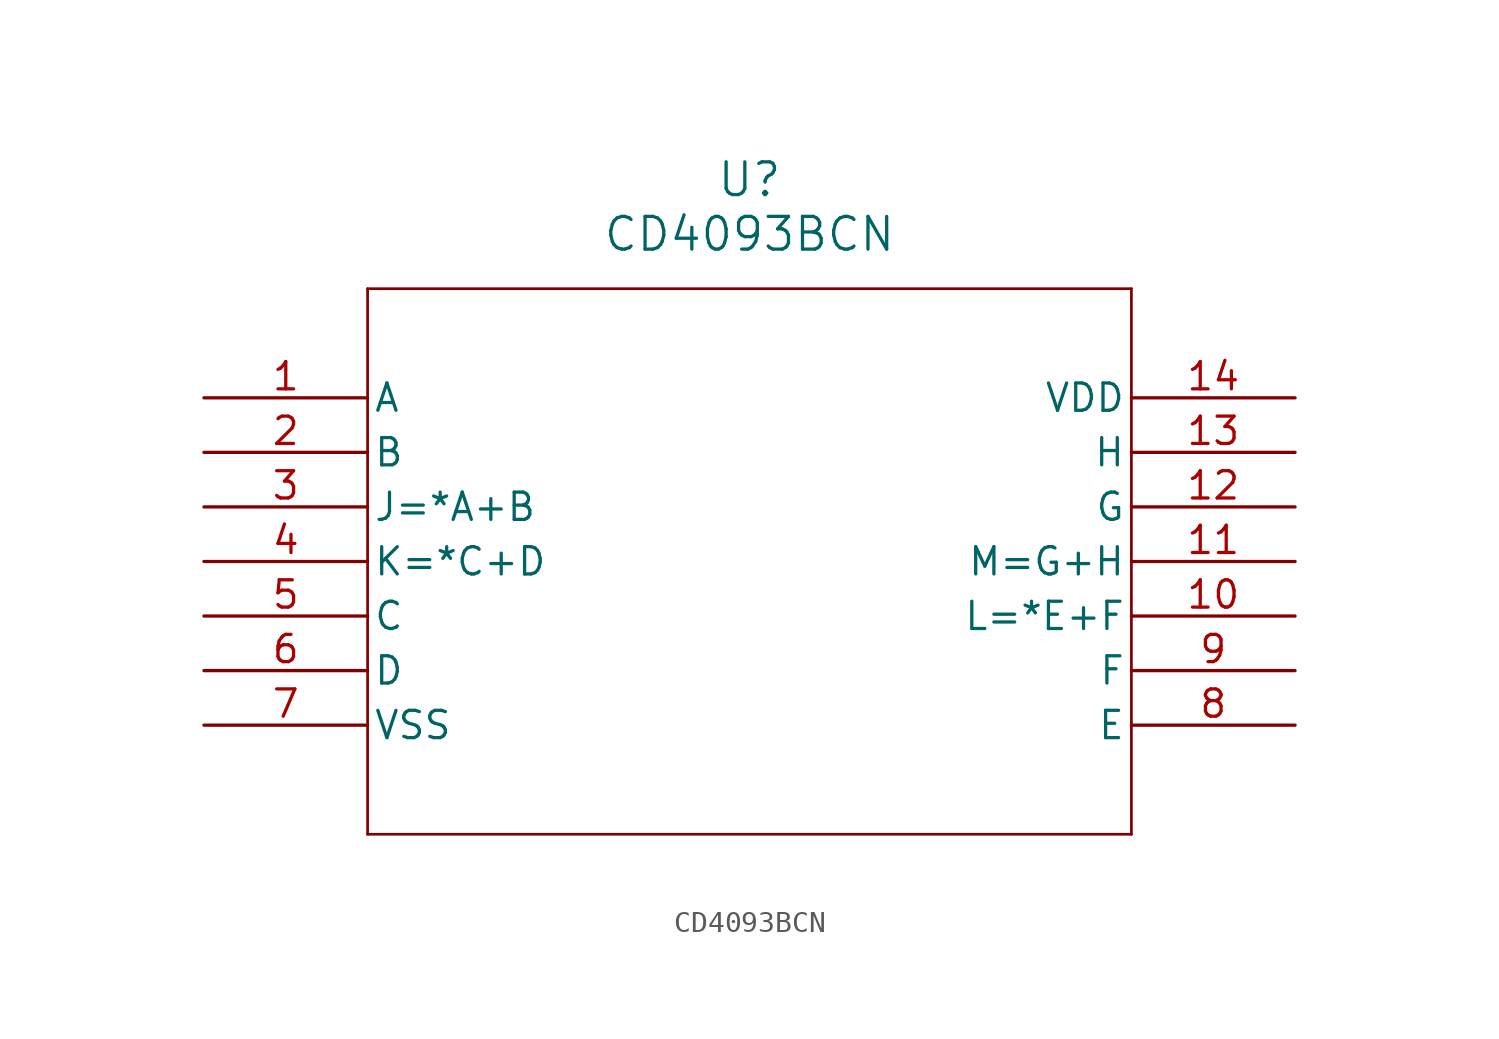
<source format=kicad_sym>
(kicad_symbol_lib
  (version 20211014)
  (generator kicad_symbol_editor)
  (symbol "CD4093BCN"
    (pin_names
      (offset 0.254))
    (property "Reference" "U"
      (at 25.4 10.16 0)
      (effects (font (size 1.524 1.524))))
    (property "Value" "CD4093BCN"
      (at 25.4 7.62 0)
      (effects (font (size 1.524 1.524))))
    (symbol "CD4093BCN_0_1"
      (polyline (pts (xy 7.62 5.08) (xy 7.62 -20.32)) (stroke (width 0.127) (type default) (color 0 0 0 0)) (fill (type none)))
      (polyline (pts (xy 7.62 -20.32) (xy 43.18 -20.32)) (stroke (width 0.127) (type default) (color 0 0 0 0)) (fill (type none)))
      (polyline (pts (xy 43.18 -20.32) (xy 43.18 5.08)) (stroke (width 0.127) (type default) (color 0 0 0 0)) (fill (type none)))
      (polyline (pts (xy 43.18 5.08) (xy 7.62 5.08)) (stroke (width 0.127) (type default) (color 0 0 0 0)) (fill (type none)))
      (pin input line (at 0 0 0) (length 7.62) (name "A" (effects (font (size 1.27 1.27)))) (number "1" (effects (font (size 1.27 1.27)))))
      (pin input line (at 0 -2.54 0) (length 7.62) (name "B" (effects (font (size 1.27 1.27)))) (number "2" (effects (font (size 1.27 1.27)))))
      (pin output line (at 0 -5.08 0) (length 7.62) (name "J=*A+B" (effects (font (size 1.27 1.27)))) (number "3" (effects (font (size 1.27 1.27)))))
      (pin output line (at 0 -7.62 0) (length 7.62) (name "K=*C+D" (effects (font (size 1.27 1.27)))) (number "4" (effects (font (size 1.27 1.27)))))
      (pin input line (at 0 -10.16 0) (length 7.62) (name "C" (effects (font (size 1.27 1.27)))) (number "5" (effects (font (size 1.27 1.27)))))
      (pin input line (at 0 -12.7 0) (length 7.62) (name "D" (effects (font (size 1.27 1.27)))) (number "6" (effects (font (size 1.27 1.27)))))
      (pin power_out line (at 0 -15.24 0) (length 7.62) (name "VSS" (effects (font (size 1.27 1.27)))) (number "7" (effects (font (size 1.27 1.27)))))
      (pin input line (at 50.8 -15.24 180) (length 7.62) (name "E" (effects (font (size 1.27 1.27)))) (number "8" (effects (font (size 1.27 1.27)))))
      (pin input line (at 50.8 -12.7 180) (length 7.62) (name "F" (effects (font (size 1.27 1.27)))) (number "9" (effects (font (size 1.27 1.27)))))
      (pin output line (at 50.8 -10.16 180) (length 7.62) (name "L=*E+F" (effects (font (size 1.27 1.27)))) (number "10" (effects (font (size 1.27 1.27)))))
      (pin output line (at 50.8 -7.62 180) (length 7.62) (name "M=G+H" (effects (font (size 1.27 1.27)))) (number "11" (effects (font (size 1.27 1.27)))))
      (pin input line (at 50.8 -5.08 180) (length 7.62) (name "G" (effects (font (size 1.27 1.27)))) (number "12" (effects (font (size 1.27 1.27)))))
      (pin input line (at 50.8 -2.54 180) (length 7.62) (name "H" (effects (font (size 1.27 1.27)))) (number "13" (effects (font (size 1.27 1.27)))))
      (pin power_in line (at 50.8 0 180) (length 7.62) (name "VDD" (effects (font (size 1.27 1.27)))) (number "14" (effects (font (size 1.27 1.27))))))))
</source>
